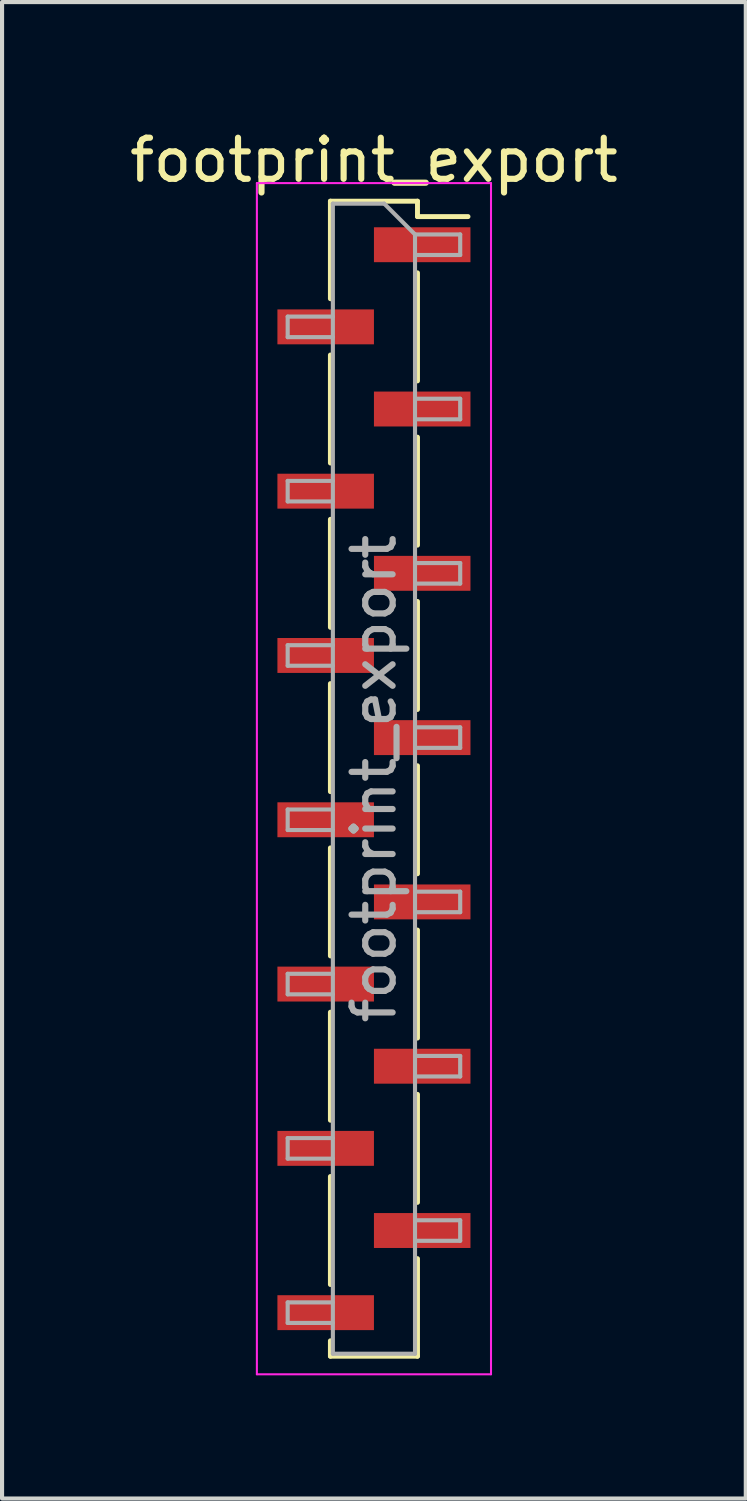
<source format=kicad_pcb>
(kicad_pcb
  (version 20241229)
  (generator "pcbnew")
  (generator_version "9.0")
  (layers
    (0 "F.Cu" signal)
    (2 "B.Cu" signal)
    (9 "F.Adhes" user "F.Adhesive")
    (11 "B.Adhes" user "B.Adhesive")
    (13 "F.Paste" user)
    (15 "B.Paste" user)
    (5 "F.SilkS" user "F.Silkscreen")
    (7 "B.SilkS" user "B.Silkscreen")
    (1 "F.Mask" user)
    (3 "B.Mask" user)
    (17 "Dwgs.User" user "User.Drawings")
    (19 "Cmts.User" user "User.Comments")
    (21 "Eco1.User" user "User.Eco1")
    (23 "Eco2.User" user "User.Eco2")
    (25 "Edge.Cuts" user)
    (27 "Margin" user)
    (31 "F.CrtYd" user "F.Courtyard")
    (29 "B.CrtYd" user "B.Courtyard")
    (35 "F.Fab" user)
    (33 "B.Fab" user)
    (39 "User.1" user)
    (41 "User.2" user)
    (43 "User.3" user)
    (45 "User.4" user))
  (footprint "footprint_export"
    (layer "F.Cu")
    (at 6.054 15.908)
    (property "Reference" "footprint_export" (at 0 -15.06 0) (layer "F.SilkS") (effects (font (size 1 1) (thickness 0.15))))
    (attr smd)
    (fp_line (start -1.06 -14.06) (end -1.06 -11.685) (stroke (width 0.12) (type solid)) (layer "F.SilkS"))
    (fp_line (start -1.06 -14.06) (end 1.06 -14.06) (stroke (width 0.12) (type solid)) (layer "F.SilkS"))
    (fp_line (start -1.06 -10.315) (end -1.06 -7.685) (stroke (width 0.12) (type solid)) (layer "F.SilkS"))
    (fp_line (start -1.06 -6.315) (end -1.06 -3.685) (stroke (width 0.12) (type solid)) (layer "F.SilkS"))
    (fp_line (start -1.06 -2.315) (end -1.06 0.315) (stroke (width 0.12) (type solid)) (layer "F.SilkS"))
    (fp_line (start -1.06 1.685) (end -1.06 4.315) (stroke (width 0.12) (type solid)) (layer "F.SilkS"))
    (fp_line (start -1.06 5.685) (end -1.06 8.315) (stroke (width 0.12) (type solid)) (layer "F.SilkS"))
    (fp_line (start -1.06 9.685) (end -1.06 12.315) (stroke (width 0.12) (type solid)) (layer "F.SilkS"))
    (fp_line (start -1.06 13.685) (end -1.06 14.06) (stroke (width 0.12) (type solid)) (layer "F.SilkS"))
    (fp_line (start -1.06 14.06) (end 1.06 14.06) (stroke (width 0.12) (type solid)) (layer "F.SilkS"))
    (fp_line (start 1.06 -14.06) (end 1.06 -13.685) (stroke (width 0.12) (type solid)) (layer "F.SilkS"))
    (fp_line (start 1.06 -13.685) (end 2.29 -13.685) (stroke (width 0.12) (type solid)) (layer "F.SilkS"))
    (fp_line (start 1.06 -12.315) (end 1.06 -9.685) (stroke (width 0.12) (type solid)) (layer "F.SilkS"))
    (fp_line (start 1.06 -8.315) (end 1.06 -5.685) (stroke (width 0.12) (type solid)) (layer "F.SilkS"))
    (fp_line (start 1.06 -4.315) (end 1.06 -1.685) (stroke (width 0.12) (type solid)) (layer "F.SilkS"))
    (fp_line (start 1.06 -0.315) (end 1.06 2.315) (stroke (width 0.12) (type solid)) (layer "F.SilkS"))
    (fp_line (start 1.06 3.685) (end 1.06 6.315) (stroke (width 0.12) (type solid)) (layer "F.SilkS"))
    (fp_line (start 1.06 7.685) (end 1.06 10.315) (stroke (width 0.12) (type solid)) (layer "F.SilkS"))
    (fp_line (start 1.06 11.685) (end 1.06 14.06) (stroke (width 0.12) (type solid)) (layer "F.SilkS"))
    (fp_line (start -2.85 -14.5) (end -2.85 14.5) (stroke (width 0.05) (type solid)) (layer "F.CrtYd"))
    (fp_line (start -2.85 14.5) (end 2.85 14.5) (stroke (width 0.05) (type solid)) (layer "F.CrtYd"))
    (fp_line (start 2.85 -14.5) (end -2.85 -14.5) (stroke (width 0.05) (type solid)) (layer "F.CrtYd"))
    (fp_line (start 2.85 14.5) (end 2.85 -14.5) (stroke (width 0.05) (type solid)) (layer "F.CrtYd"))
    (fp_line (start -2.1 -11.25) (end -2.1 -10.75) (stroke (width 0.1) (type solid)) (layer "F.Fab"))
    (fp_line (start -2.1 -10.75) (end -1 -10.75) (stroke (width 0.1) (type solid)) (layer "F.Fab"))
    (fp_line (start -2.1 -7.25) (end -2.1 -6.75) (stroke (width 0.1) (type solid)) (layer "F.Fab"))
    (fp_line (start -2.1 -6.75) (end -1 -6.75) (stroke (width 0.1) (type solid)) (layer "F.Fab"))
    (fp_line (start -2.1 -3.25) (end -2.1 -2.75) (stroke (width 0.1) (type solid)) (layer "F.Fab"))
    (fp_line (start -2.1 -2.75) (end -1 -2.75) (stroke (width 0.1) (type solid)) (layer "F.Fab"))
    (fp_line (start -2.1 0.75) (end -2.1 1.25) (stroke (width 0.1) (type solid)) (layer "F.Fab"))
    (fp_line (start -2.1 1.25) (end -1 1.25) (stroke (width 0.1) (type solid)) (layer "F.Fab"))
    (fp_line (start -2.1 4.75) (end -2.1 5.25) (stroke (width 0.1) (type solid)) (layer "F.Fab"))
    (fp_line (start -2.1 5.25) (end -1 5.25) (stroke (width 0.1) (type solid)) (layer "F.Fab"))
    (fp_line (start -2.1 8.75) (end -2.1 9.25) (stroke (width 0.1) (type solid)) (layer "F.Fab"))
    (fp_line (start -2.1 9.25) (end -1 9.25) (stroke (width 0.1) (type solid)) (layer "F.Fab"))
    (fp_line (start -2.1 12.75) (end -2.1 13.25) (stroke (width 0.1) (type solid)) (layer "F.Fab"))
    (fp_line (start -2.1 13.25) (end -1 13.25) (stroke (width 0.1) (type solid)) (layer "F.Fab"))
    (fp_line (start -1 -14) (end -1 14) (stroke (width 0.1) (type solid)) (layer "F.Fab"))
    (fp_line (start -1 -14) (end 0.25 -14) (stroke (width 0.1) (type solid)) (layer "F.Fab"))
    (fp_line (start -1 -11.25) (end -2.1 -11.25) (stroke (width 0.1) (type solid)) (layer "F.Fab"))
    (fp_line (start -1 -7.25) (end -2.1 -7.25) (stroke (width 0.1) (type solid)) (layer "F.Fab"))
    (fp_line (start -1 -3.25) (end -2.1 -3.25) (stroke (width 0.1) (type solid)) (layer "F.Fab"))
    (fp_line (start -1 0.75) (end -2.1 0.75) (stroke (width 0.1) (type solid)) (layer "F.Fab"))
    (fp_line (start -1 4.75) (end -2.1 4.75) (stroke (width 0.1) (type solid)) (layer "F.Fab"))
    (fp_line (start -1 8.75) (end -2.1 8.75) (stroke (width 0.1) (type solid)) (layer "F.Fab"))
    (fp_line (start -1 12.75) (end -2.1 12.75) (stroke (width 0.1) (type solid)) (layer "F.Fab"))
    (fp_line (start 1 -13.25) (end 0.25 -14) (stroke (width 0.1) (type solid)) (layer "F.Fab"))
    (fp_line (start 1 -13.25) (end 2.1 -13.25) (stroke (width 0.1) (type solid)) (layer "F.Fab"))
    (fp_line (start 1 -9.25) (end 2.1 -9.25) (stroke (width 0.1) (type solid)) (layer "F.Fab"))
    (fp_line (start 1 -5.25) (end 2.1 -5.25) (stroke (width 0.1) (type solid)) (layer "F.Fab"))
    (fp_line (start 1 -1.25) (end 2.1 -1.25) (stroke (width 0.1) (type solid)) (layer "F.Fab"))
    (fp_line (start 1 2.75) (end 2.1 2.75) (stroke (width 0.1) (type solid)) (layer "F.Fab"))
    (fp_line (start 1 6.75) (end 2.1 6.75) (stroke (width 0.1) (type solid)) (layer "F.Fab"))
    (fp_line (start 1 10.75) (end 2.1 10.75) (stroke (width 0.1) (type solid)) (layer "F.Fab"))
    (fp_line (start 1 14) (end -1 14) (stroke (width 0.1) (type solid)) (layer "F.Fab"))
    (fp_line (start 1 14) (end 1 -13.25) (stroke (width 0.1) (type solid)) (layer "F.Fab"))
    (fp_line (start 2.1 -13.25) (end 2.1 -12.75) (stroke (width 0.1) (type solid)) (layer "F.Fab"))
    (fp_line (start 2.1 -12.75) (end 1 -12.75) (stroke (width 0.1) (type solid)) (layer "F.Fab"))
    (fp_line (start 2.1 -9.25) (end 2.1 -8.75) (stroke (width 0.1) (type solid)) (layer "F.Fab"))
    (fp_line (start 2.1 -8.75) (end 1 -8.75) (stroke (width 0.1) (type solid)) (layer "F.Fab"))
    (fp_line (start 2.1 -5.25) (end 2.1 -4.75) (stroke (width 0.1) (type solid)) (layer "F.Fab"))
    (fp_line (start 2.1 -4.75) (end 1 -4.75) (stroke (width 0.1) (type solid)) (layer "F.Fab"))
    (fp_line (start 2.1 -1.25) (end 2.1 -0.75) (stroke (width 0.1) (type solid)) (layer "F.Fab"))
    (fp_line (start 2.1 -0.75) (end 1 -0.75) (stroke (width 0.1) (type solid)) (layer "F.Fab"))
    (fp_line (start 2.1 2.75) (end 2.1 3.25) (stroke (width 0.1) (type solid)) (layer "F.Fab"))
    (fp_line (start 2.1 3.25) (end 1 3.25) (stroke (width 0.1) (type solid)) (layer "F.Fab"))
    (fp_line (start 2.1 6.75) (end 2.1 7.25) (stroke (width 0.1) (type solid)) (layer "F.Fab"))
    (fp_line (start 2.1 7.25) (end 1 7.25) (stroke (width 0.1) (type solid)) (layer "F.Fab"))
    (fp_line (start 2.1 10.75) (end 2.1 11.25) (stroke (width 0.1) (type solid)) (layer "F.Fab"))
    (fp_line (start 2.1 11.25) (end 1 11.25) (stroke (width 0.1) (type solid)) (layer "F.Fab"))
    (fp_text user "${REFERENCE}" (at 0 0 90) (layer "F.Fab") (effects (font (size 1 1) (thickness 0.15))))
    (pad "1" smd rect (at 1.175 -13) (size 2.35 0.85) (layers "F.Cu" "F.Mask" "F.Paste"))
    (pad "2" smd rect (at -1.175 -11) (size 2.35 0.85) (layers "F.Cu" "F.Mask" "F.Paste"))
    (pad "3" smd rect (at 1.175 -9) (size 2.35 0.85) (layers "F.Cu" "F.Mask" "F.Paste"))
    (pad "4" smd rect (at -1.175 -7) (size 2.35 0.85) (layers "F.Cu" "F.Mask" "F.Paste"))
    (pad "5" smd rect (at 1.175 -5) (size 2.35 0.85) (layers "F.Cu" "F.Mask" "F.Paste"))
    (pad "6" smd rect (at -1.175 -3) (size 2.35 0.85) (layers "F.Cu" "F.Mask" "F.Paste"))
    (pad "7" smd rect (at 1.175 -1) (size 2.35 0.85) (layers "F.Cu" "F.Mask" "F.Paste"))
    (pad "8" smd rect (at -1.175 1) (size 2.35 0.85) (layers "F.Cu" "F.Mask" "F.Paste"))
    (pad "9" smd rect (at 1.175 3) (size 2.35 0.85) (layers "F.Cu" "F.Mask" "F.Paste"))
    (pad "10" smd rect (at -1.175 5) (size 2.35 0.85) (layers "F.Cu" "F.Mask" "F.Paste"))
    (pad "11" smd rect (at 1.175 7) (size 2.35 0.85) (layers "F.Cu" "F.Mask" "F.Paste"))
    (pad "12" smd rect (at -1.175 9) (size 2.35 0.85) (layers "F.Cu" "F.Mask" "F.Paste"))
    (pad "13" smd rect (at 1.175 11) (size 2.35 0.85) (layers "F.Cu" "F.Mask" "F.Paste"))
    (pad "14" smd rect (at -1.175 13) (size 2.35 0.85) (layers "F.Cu" "F.Mask" "F.Paste")))
  (gr_rect
    (start -3 -3)
    (end 15.107 33.433)
    (stroke (width 0.1) (type default))
    (fill no)
    (layer "Edge.Cuts")))
</source>
